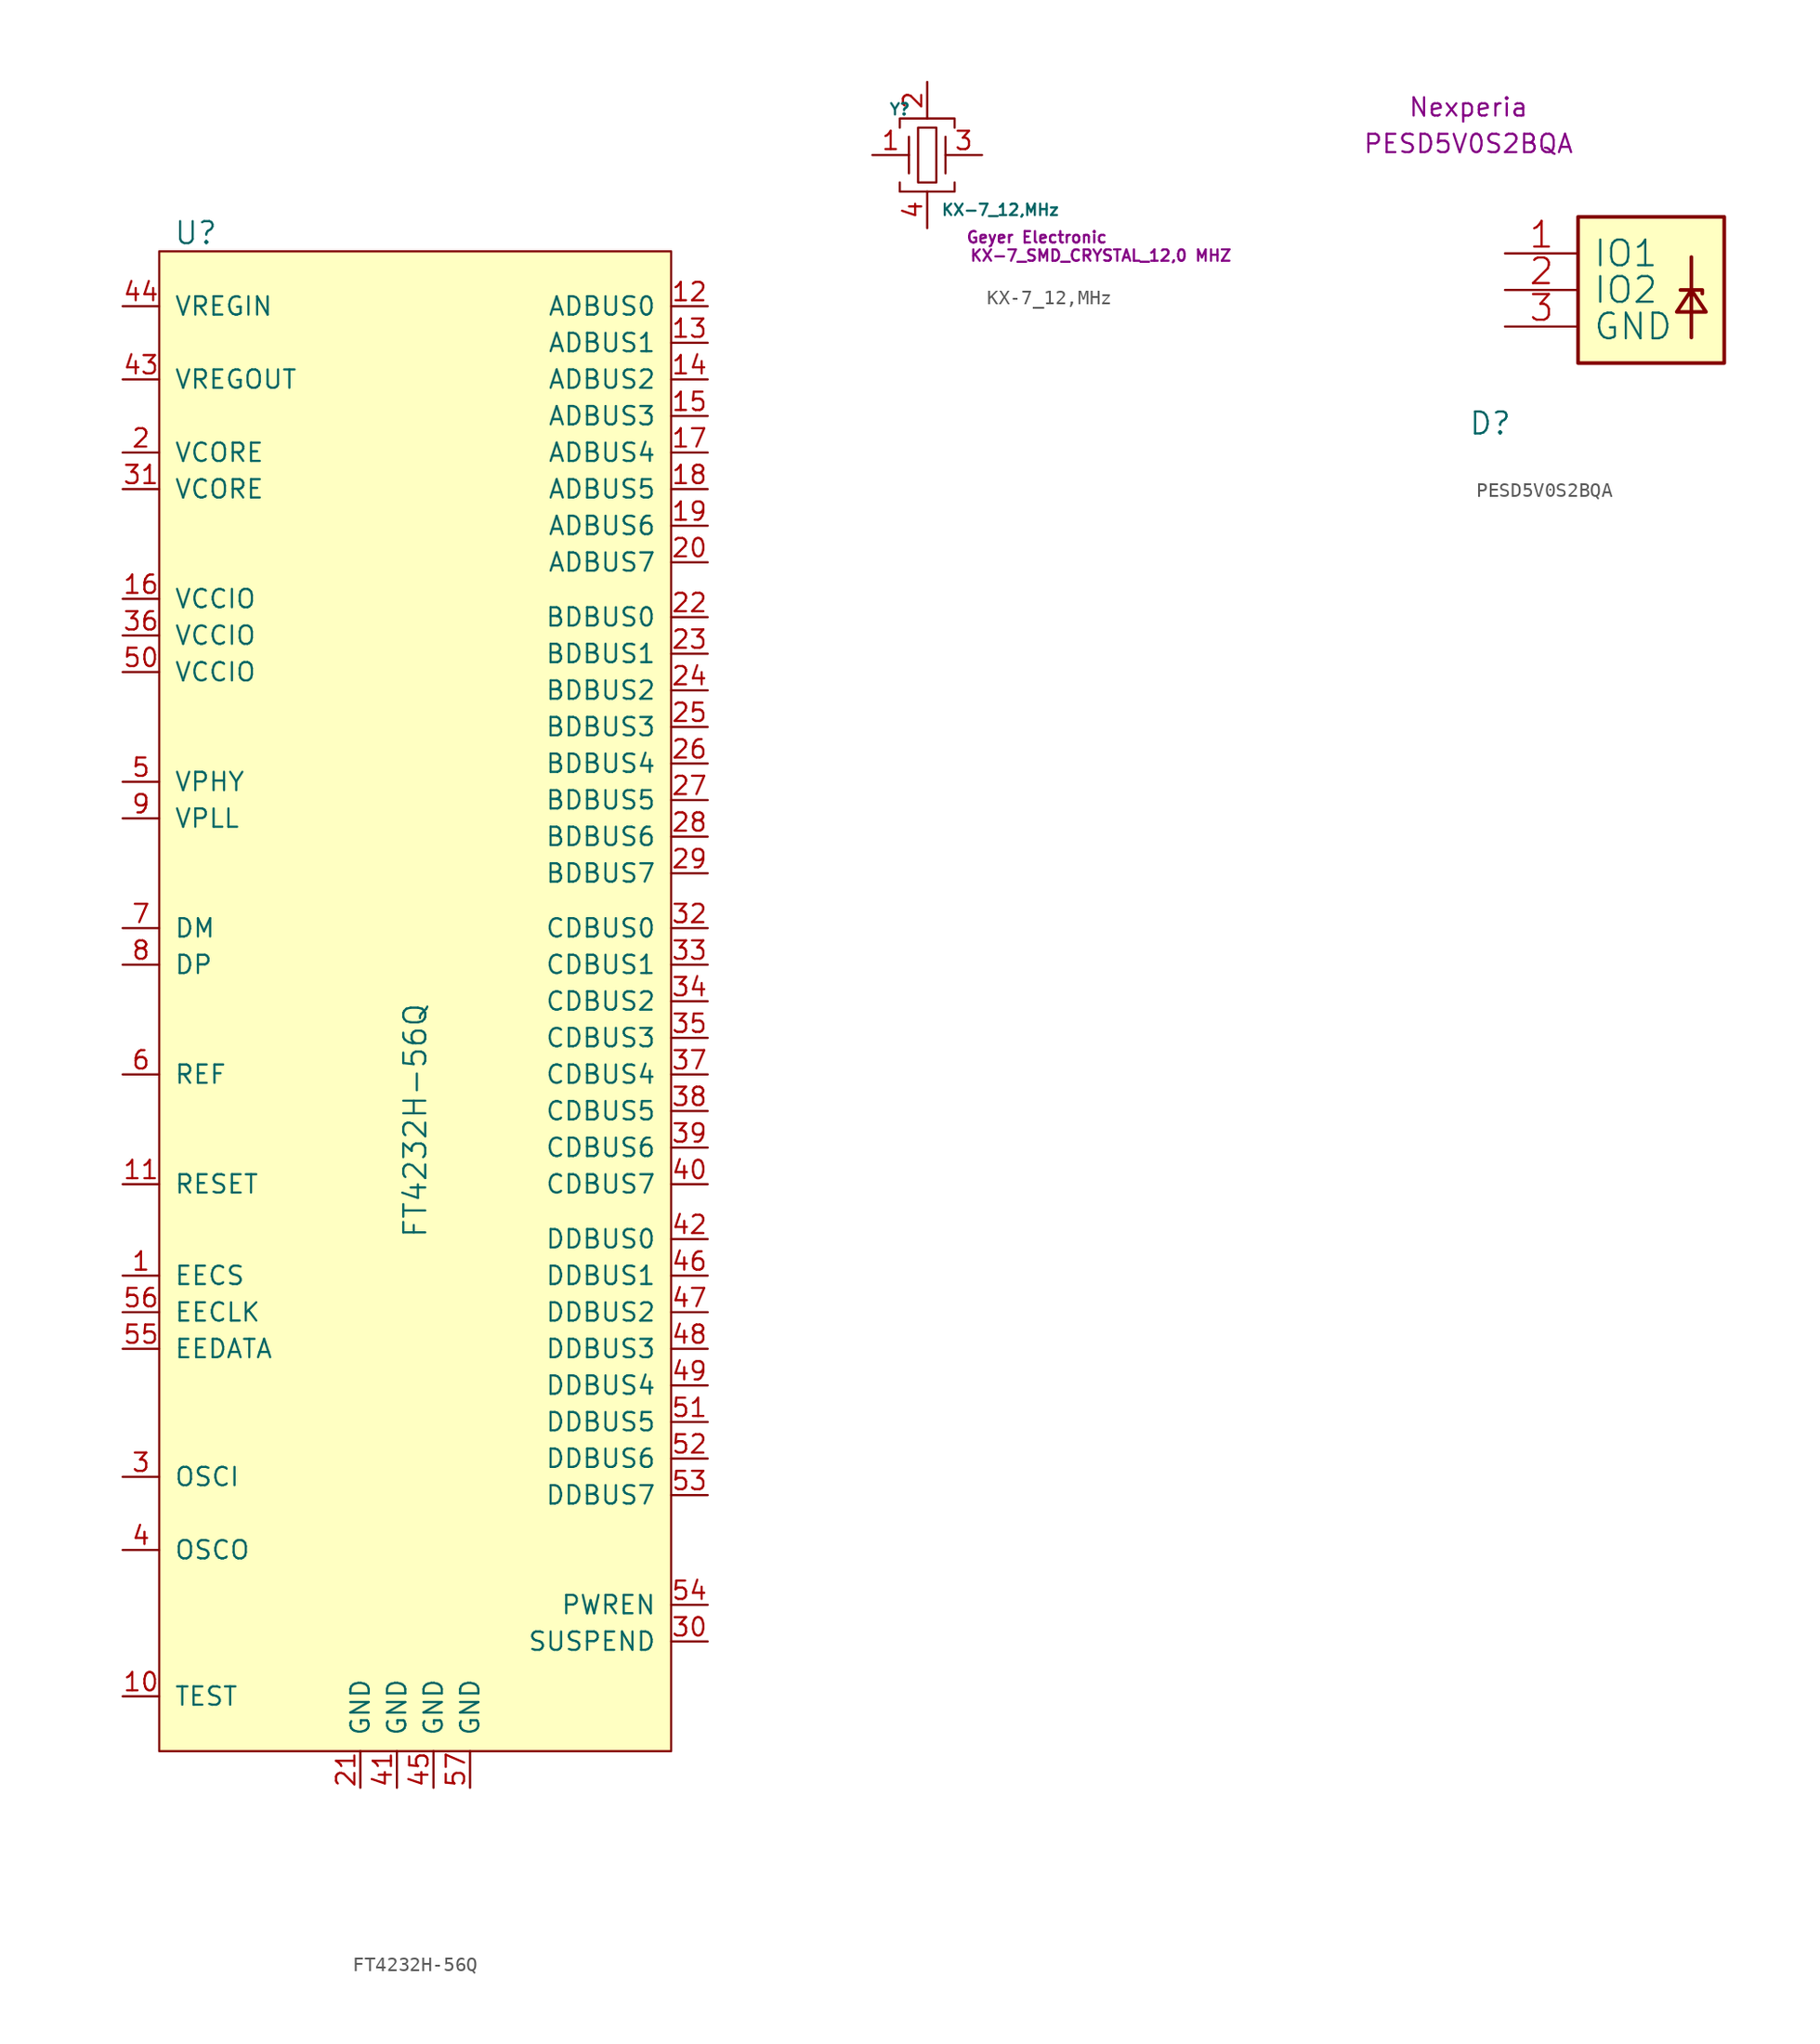
<source format=kicad_sym>
(kicad_symbol_lib
  (version 20211014)
  (generator kicad_symbol_editor)
  (symbol "FT4232H-56Q"
    (pin_names
      (offset 1.016))
    (property "Reference" "U"
      (at -15.24 59.69 0)
      (effects (font (size 1.524 1.524))))
    (property "Value" "FT4232H-56Q"
      (at 0 -10.16 90)
      (effects (font (size 1.524 1.524)) (justify left)))
    (symbol "FT4232H-56Q_0_1"
      (rectangle (start -17.78 58.42) (end 17.78 -45.72) (stroke (width 0) (type default) (color 0 0 0 0)) (fill (type background))))
    (symbol "FT4232H-56Q_1_1"
      (pin bidirectional line (at -20.32 -12.7 0) (length 2.54) (name "EECS" (effects (font (size 1.27 1.27)))) (number "1" (effects (font (size 1.27 1.27)))))
      (pin input line (at -20.32 -41.91 0) (length 2.54) (name "TEST" (effects (font (size 1.27 1.27)))) (number "10" (effects (font (size 1.27 1.27)))))
      (pin input line (at -20.32 -6.35 0) (length 2.54) (name "RESET" (effects (font (size 1.27 1.27)))) (number "11" (effects (font (size 1.27 1.27)))))
      (pin bidirectional line (at 20.32 54.61 180) (length 2.54) (name "ADBUS0" (effects (font (size 1.27 1.27)))) (number "12" (effects (font (size 1.27 1.27)))))
      (pin bidirectional line (at 20.32 52.07 180) (length 2.54) (name "ADBUS1" (effects (font (size 1.27 1.27)))) (number "13" (effects (font (size 1.27 1.27)))))
      (pin bidirectional line (at 20.32 49.53 180) (length 2.54) (name "ADBUS2" (effects (font (size 1.27 1.27)))) (number "14" (effects (font (size 1.27 1.27)))))
      (pin bidirectional line (at 20.32 46.99 180) (length 2.54) (name "ADBUS3" (effects (font (size 1.27 1.27)))) (number "15" (effects (font (size 1.27 1.27)))))
      (pin power_in line (at -20.32 34.29 0) (length 2.54) (name "VCCIO" (effects (font (size 1.27 1.27)))) (number "16" (effects (font (size 1.27 1.27)))))
      (pin bidirectional line (at 20.32 44.45 180) (length 2.54) (name "ADBUS4" (effects (font (size 1.27 1.27)))) (number "17" (effects (font (size 1.27 1.27)))))
      (pin bidirectional line (at 20.32 41.91 180) (length 2.54) (name "ADBUS5" (effects (font (size 1.27 1.27)))) (number "18" (effects (font (size 1.27 1.27)))))
      (pin bidirectional line (at 20.32 39.37 180) (length 2.54) (name "ADBUS6" (effects (font (size 1.27 1.27)))) (number "19" (effects (font (size 1.27 1.27)))))
      (pin power_in line (at -20.32 44.45 0) (length 2.54) (name "VCORE" (effects (font (size 1.27 1.27)))) (number "2" (effects (font (size 1.27 1.27)))))
      (pin bidirectional line (at 20.32 36.83 180) (length 2.54) (name "ADBUS7" (effects (font (size 1.27 1.27)))) (number "20" (effects (font (size 1.27 1.27)))))
      (pin power_in line (at -3.81 -48.26 90) (length 2.54) (name "GND" (effects (font (size 1.27 1.27)))) (number "21" (effects (font (size 1.27 1.27)))))
      (pin bidirectional line (at 20.32 33.02 180) (length 2.54) (name "BDBUS0" (effects (font (size 1.27 1.27)))) (number "22" (effects (font (size 1.27 1.27)))))
      (pin bidirectional line (at 20.32 30.48 180) (length 2.54) (name "BDBUS1" (effects (font (size 1.27 1.27)))) (number "23" (effects (font (size 1.27 1.27)))))
      (pin bidirectional line (at 20.32 27.94 180) (length 2.54) (name "BDBUS2" (effects (font (size 1.27 1.27)))) (number "24" (effects (font (size 1.27 1.27)))))
      (pin bidirectional line (at 20.32 25.4 180) (length 2.54) (name "BDBUS3" (effects (font (size 1.27 1.27)))) (number "25" (effects (font (size 1.27 1.27)))))
      (pin bidirectional line (at 20.32 22.86 180) (length 2.54) (name "BDBUS4" (effects (font (size 1.27 1.27)))) (number "26" (effects (font (size 1.27 1.27)))))
      (pin bidirectional line (at 20.32 20.32 180) (length 2.54) (name "BDBUS5" (effects (font (size 1.27 1.27)))) (number "27" (effects (font (size 1.27 1.27)))))
      (pin bidirectional line (at 20.32 17.78 180) (length 2.54) (name "BDBUS6" (effects (font (size 1.27 1.27)))) (number "28" (effects (font (size 1.27 1.27)))))
      (pin bidirectional line (at 20.32 15.24 180) (length 2.54) (name "BDBUS7" (effects (font (size 1.27 1.27)))) (number "29" (effects (font (size 1.27 1.27)))))
      (pin input line (at -20.32 -26.67 0) (length 2.54) (name "OSCI" (effects (font (size 1.27 1.27)))) (number "3" (effects (font (size 1.27 1.27)))))
      (pin output line (at 20.32 -38.1 180) (length 2.54) (name "SUSPEND" (effects (font (size 1.27 1.27)))) (number "30" (effects (font (size 1.27 1.27)))))
      (pin power_in line (at -20.32 41.91 0) (length 2.54) (name "VCORE" (effects (font (size 1.27 1.27)))) (number "31" (effects (font (size 1.27 1.27)))))
      (pin bidirectional line (at 20.32 11.43 180) (length 2.54) (name "CDBUS0" (effects (font (size 1.27 1.27)))) (number "32" (effects (font (size 1.27 1.27)))))
      (pin bidirectional line (at 20.32 8.89 180) (length 2.54) (name "CDBUS1" (effects (font (size 1.27 1.27)))) (number "33" (effects (font (size 1.27 1.27)))))
      (pin bidirectional line (at 20.32 6.35 180) (length 2.54) (name "CDBUS2" (effects (font (size 1.27 1.27)))) (number "34" (effects (font (size 1.27 1.27)))))
      (pin bidirectional line (at 20.32 3.81 180) (length 2.54) (name "CDBUS3" (effects (font (size 1.27 1.27)))) (number "35" (effects (font (size 1.27 1.27)))))
      (pin power_in line (at -20.32 31.75 0) (length 2.54) (name "VCCIO" (effects (font (size 1.27 1.27)))) (number "36" (effects (font (size 1.27 1.27)))))
      (pin bidirectional line (at 20.32 1.27 180) (length 2.54) (name "CDBUS4" (effects (font (size 1.27 1.27)))) (number "37" (effects (font (size 1.27 1.27)))))
      (pin bidirectional line (at 20.32 -1.27 180) (length 2.54) (name "CDBUS5" (effects (font (size 1.27 1.27)))) (number "38" (effects (font (size 1.27 1.27)))))
      (pin bidirectional line (at 20.32 -3.81 180) (length 2.54) (name "CDBUS6" (effects (font (size 1.27 1.27)))) (number "39" (effects (font (size 1.27 1.27)))))
      (pin output line (at -20.32 -31.75 0) (length 2.54) (name "OSCO" (effects (font (size 1.27 1.27)))) (number "4" (effects (font (size 1.27 1.27)))))
      (pin bidirectional line (at 20.32 -6.35 180) (length 2.54) (name "CDBUS7" (effects (font (size 1.27 1.27)))) (number "40" (effects (font (size 1.27 1.27)))))
      (pin power_in line (at -1.27 -48.26 90) (length 2.54) (name "GND" (effects (font (size 1.27 1.27)))) (number "41" (effects (font (size 1.27 1.27)))))
      (pin bidirectional line (at 20.32 -10.16 180) (length 2.54) (name "DDBUS0" (effects (font (size 1.27 1.27)))) (number "42" (effects (font (size 1.27 1.27)))))
      (pin power_out line (at -20.32 49.53 0) (length 2.54) (name "VREGOUT" (effects (font (size 1.27 1.27)))) (number "43" (effects (font (size 1.27 1.27)))))
      (pin power_in line (at -20.32 54.61 0) (length 2.54) (name "VREGIN" (effects (font (size 1.27 1.27)))) (number "44" (effects (font (size 1.27 1.27)))))
      (pin power_in line (at 1.27 -48.26 90) (length 2.54) (name "GND" (effects (font (size 1.27 1.27)))) (number "45" (effects (font (size 1.27 1.27)))))
      (pin bidirectional line (at 20.32 -12.7 180) (length 2.54) (name "DDBUS1" (effects (font (size 1.27 1.27)))) (number "46" (effects (font (size 1.27 1.27)))))
      (pin bidirectional line (at 20.32 -15.24 180) (length 2.54) (name "DDBUS2" (effects (font (size 1.27 1.27)))) (number "47" (effects (font (size 1.27 1.27)))))
      (pin bidirectional line (at 20.32 -17.78 180) (length 2.54) (name "DDBUS3" (effects (font (size 1.27 1.27)))) (number "48" (effects (font (size 1.27 1.27)))))
      (pin bidirectional line (at 20.32 -20.32 180) (length 2.54) (name "DDBUS4" (effects (font (size 1.27 1.27)))) (number "49" (effects (font (size 1.27 1.27)))))
      (pin power_in line (at -20.32 21.59 0) (length 2.54) (name "VPHY" (effects (font (size 1.27 1.27)))) (number "5" (effects (font (size 1.27 1.27)))))
      (pin power_in line (at -20.32 29.21 0) (length 2.54) (name "VCCIO" (effects (font (size 1.27 1.27)))) (number "50" (effects (font (size 1.27 1.27)))))
      (pin bidirectional line (at 20.32 -22.86 180) (length 2.54) (name "DDBUS5" (effects (font (size 1.27 1.27)))) (number "51" (effects (font (size 1.27 1.27)))))
      (pin bidirectional line (at 20.32 -25.4 180) (length 2.54) (name "DDBUS6" (effects (font (size 1.27 1.27)))) (number "52" (effects (font (size 1.27 1.27)))))
      (pin bidirectional line (at 20.32 -27.94 180) (length 2.54) (name "DDBUS7" (effects (font (size 1.27 1.27)))) (number "53" (effects (font (size 1.27 1.27)))))
      (pin output line (at 20.32 -35.56 180) (length 2.54) (name "PWREN" (effects (font (size 1.27 1.27)))) (number "54" (effects (font (size 1.27 1.27)))))
      (pin bidirectional line (at -20.32 -17.78 0) (length 2.54) (name "EEDATA" (effects (font (size 1.27 1.27)))) (number "55" (effects (font (size 1.27 1.27)))))
      (pin output line (at -20.32 -15.24 0) (length 2.54) (name "EECLK" (effects (font (size 1.27 1.27)))) (number "56" (effects (font (size 1.27 1.27)))))
      (pin power_in line (at 3.81 -48.26 90) (length 2.54) (name "GND" (effects (font (size 1.27 1.27)))) (number "57" (effects (font (size 1.27 1.27)))))
      (pin input line (at -20.32 1.27 0) (length 2.54) (name "REF" (effects (font (size 1.27 1.27)))) (number "6" (effects (font (size 1.27 1.27)))))
      (pin bidirectional line (at -20.32 11.43 0) (length 2.54) (name "DM" (effects (font (size 1.27 1.27)))) (number "7" (effects (font (size 1.27 1.27)))))
      (pin bidirectional line (at -20.32 8.89 0) (length 2.54) (name "DP" (effects (font (size 1.27 1.27)))) (number "8" (effects (font (size 1.27 1.27)))))
      (pin power_in line (at -20.32 19.05 0) (length 2.54) (name "VPLL" (effects (font (size 1.27 1.27)))) (number "9" (effects (font (size 1.27 1.27)))))))
  (symbol "KX-7_12,MHz"
    (pin_names
      (offset 1.016))
    (property "Reference" "Y"
      (at -1.905 3.175 0)
      (effects (font (size 0.787 0.787))))
    (property "Value" "KX-7_12,MHz"
      (at 5.08 -3.81 0)
      (effects (font (size 0.787 0.787))))
    (property "MPN" "KX-7_SMD_CRYSTAL_12,0 MHZ"
      (at 12.065 -6.985 0)
      (effects (font (size 0.787 0.787))))
    (property "Manufacturer" "Geyer Electronic"
      (at 7.62 -5.715 0)
      (effects (font (size 0.787 0.787))))
    (symbol "KX-7_12,MHz_0_1"
      (rectangle (start -0.635 1.905) (end 0.635 -1.905) (stroke (width 0) (type default) (color 0 0 0 0)) (fill (type none)))
      (polyline (pts (xy -1.27 1.27) (xy -1.27 -1.27)) (stroke (width 0) (type default) (color 0 0 0 0)) (fill (type none)))
      (polyline (pts (xy 1.27 1.27) (xy 1.27 -1.27)) (stroke (width 0) (type default) (color 0 0 0 0)) (fill (type none)))
      (polyline (pts (xy -1.905 -1.905) (xy -1.905 -2.54) (xy 1.905 -2.54) (xy 1.905 -1.905)) (stroke (width 0) (type default) (color 0 0 0 0)) (fill (type none)))
      (polyline (pts (xy -1.905 1.905) (xy -1.905 2.54) (xy 1.905 2.54) (xy 1.905 1.905)) (stroke (width 0) (type default) (color 0 0 0 0)) (fill (type none))))
    (symbol "KX-7_12,MHz_1_1"
      (pin output line (at -3.81 0 0) (length 2.54) (name "~" (effects (font (size 1.27 1.27)))) (number "1" (effects (font (size 1.27 1.27)))))
      (pin power_in line (at 0 5.08 270) (length 2.54) (name "~" (effects (font (size 1.27 1.27)))) (number "2" (effects (font (size 1.27 1.27)))))
      (pin output line (at 3.81 0 180) (length 2.54) (name "~" (effects (font (size 1.27 1.27)))) (number "3" (effects (font (size 1.27 1.27)))))
      (pin power_in line (at 0 -5.08 90) (length 2.54) (name "~" (effects (font (size 1.27 1.27)))) (number "4" (effects (font (size 1.27 1.27)))))))
  (symbol "PESD5V0S2BQA"
    (pin_names
      (offset 1.016))
    (property "Reference" "D"
      (at -7.62 -12.7 0)
      (effects (font (size 1.524 1.524)) (justify left bottom)))
    (property "MPN" "PESD5V0S2BQA"
      (at -7.62 7.62 0)
      (effects (font (size 1.27 1.27))))
    (property "Manufacturer" "Nexperia"
      (at -7.62 10.16 0)
      (effects (font (size 1.27 1.27))))
    (symbol "PESD5V0S2BQA_0_1"
      (polyline (pts (xy 7.874 -0.254) (xy 7.874 -5.842)) (stroke (width 0.254) (type default) (color 0 0 0 0)) (fill (type none)))
      (polyline (pts (xy 7.112 -2.54) (xy 8.636 -2.54) (xy 8.636 -2.794)) (stroke (width 0.254) (type default) (color 0 0 0 0)) (fill (type none)))
      (polyline (pts (xy 8.89 -4.064) (xy 7.874 -2.54) (xy 6.858 -4.064) (xy 8.89 -4.064)) (stroke (width 0.254) (type default) (color 0 0 0 0)) (fill (type none)))
      (rectangle (start 10.16 -7.62) (end 0 2.54) (stroke (width 0.254) (type default) (color 0 0 0 0)) (fill (type background)))
      (pin passive line (at -5.08 0 0) (length 5.08) (name "IO1" (effects (font (size 1.778 1.778)))) (number "1" (effects (font (size 1.778 1.778)))))
      (pin passive line (at -5.08 -2.54 0) (length 5.08) (name "IO2" (effects (font (size 1.778 1.778)))) (number "2" (effects (font (size 1.778 1.778)))))
      (pin passive line (at -5.08 -5.08 0) (length 5.08) (name "GND" (effects (font (size 1.778 1.778)))) (number "3" (effects (font (size 1.778 1.778))))))))
</source>
